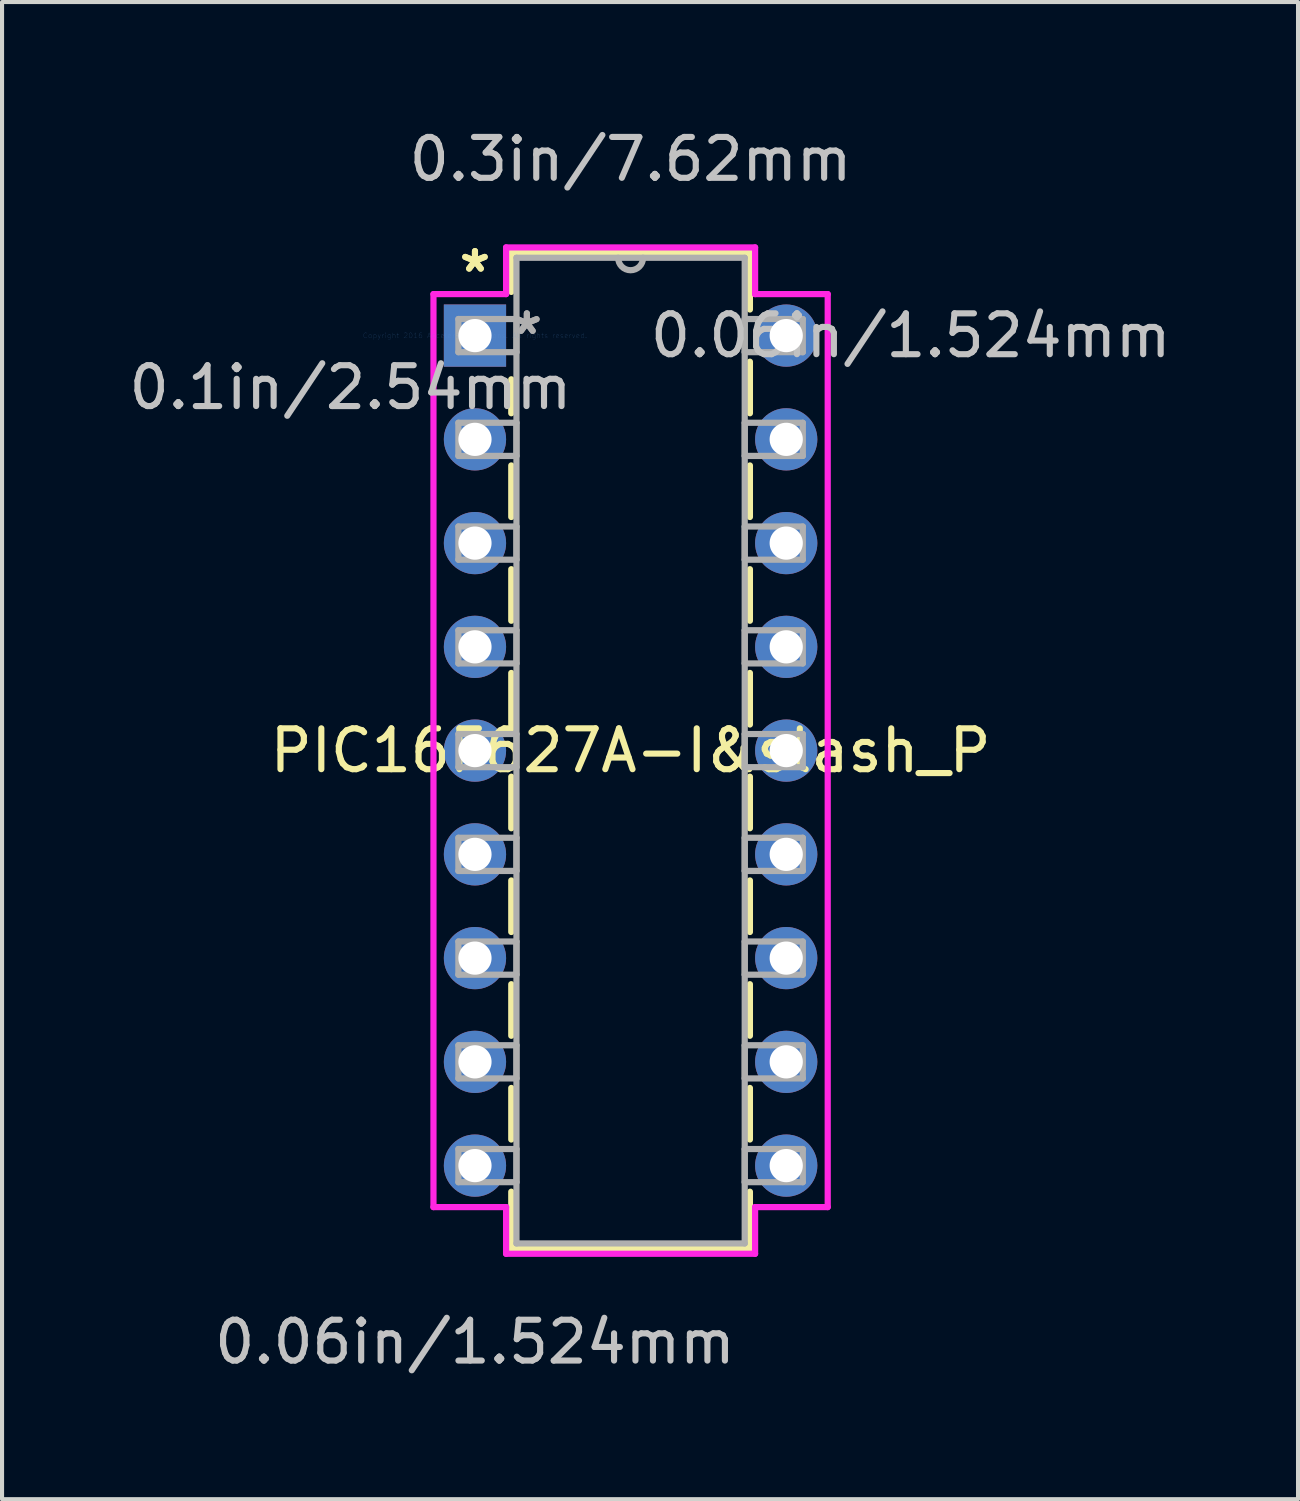
<source format=kicad_pcb>
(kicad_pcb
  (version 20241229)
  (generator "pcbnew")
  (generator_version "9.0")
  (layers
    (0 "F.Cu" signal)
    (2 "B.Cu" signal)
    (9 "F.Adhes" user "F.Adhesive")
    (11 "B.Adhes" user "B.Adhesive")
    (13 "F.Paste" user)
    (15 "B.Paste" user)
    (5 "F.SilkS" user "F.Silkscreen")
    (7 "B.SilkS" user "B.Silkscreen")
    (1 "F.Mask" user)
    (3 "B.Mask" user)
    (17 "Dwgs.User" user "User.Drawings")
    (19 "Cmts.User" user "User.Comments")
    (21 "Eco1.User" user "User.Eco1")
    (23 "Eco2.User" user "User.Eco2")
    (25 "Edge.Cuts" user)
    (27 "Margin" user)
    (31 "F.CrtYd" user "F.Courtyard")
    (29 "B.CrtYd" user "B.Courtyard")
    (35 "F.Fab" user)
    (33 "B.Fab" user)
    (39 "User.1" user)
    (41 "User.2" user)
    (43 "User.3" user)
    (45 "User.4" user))
  (footprint "PIC16F627A-I&slash_P"
    (layer "F.Cu")
    (at 8.578 5.166)
    (property "Reference" "PIC16F627A-I&slash_P" (at 3.81 10.16 0) (layer "F.SilkS") (effects (font (size 1 1) (thickness 0.15))))
    (attr through_hole)
    (fp_line (start 0.889 -2.032) (end 0.889 -1.07) (stroke (width 0.152) (type solid)) (layer "F.SilkS"))
    (fp_line (start 0.889 1.07) (end 0.889 1.901) (stroke (width 0.152) (type solid)) (layer "F.SilkS"))
    (fp_line (start 0.889 3.179) (end 0.889 4.441) (stroke (width 0.152) (type solid)) (layer "F.SilkS"))
    (fp_line (start 0.889 5.719) (end 0.889 6.981) (stroke (width 0.152) (type solid)) (layer "F.SilkS"))
    (fp_line (start 0.889 8.259) (end 0.889 9.521) (stroke (width 0.152) (type solid)) (layer "F.SilkS"))
    (fp_line (start 0.889 10.799) (end 0.889 12.061) (stroke (width 0.152) (type solid)) (layer "F.SilkS"))
    (fp_line (start 0.889 13.339) (end 0.889 14.601) (stroke (width 0.152) (type solid)) (layer "F.SilkS"))
    (fp_line (start 0.889 15.879) (end 0.889 17.141) (stroke (width 0.152) (type solid)) (layer "F.SilkS"))
    (fp_line (start 0.889 18.419) (end 0.889 19.681) (stroke (width 0.152) (type solid)) (layer "F.SilkS"))
    (fp_line (start 0.889 20.959) (end 0.889 22.352) (stroke (width 0.152) (type solid)) (layer "F.SilkS"))
    (fp_line (start 0.889 22.352) (end 6.731 22.352) (stroke (width 0.152) (type solid)) (layer "F.SilkS"))
    (fp_line (start 6.731 -2.032) (end 0.889 -2.032) (stroke (width 0.152) (type solid)) (layer "F.SilkS"))
    (fp_line (start 6.731 -0.639) (end 6.731 -2.032) (stroke (width 0.152) (type solid)) (layer "F.SilkS"))
    (fp_line (start 6.731 1.901) (end 6.731 0.639) (stroke (width 0.152) (type solid)) (layer "F.SilkS"))
    (fp_line (start 6.731 4.441) (end 6.731 3.179) (stroke (width 0.152) (type solid)) (layer "F.SilkS"))
    (fp_line (start 6.731 6.981) (end 6.731 5.719) (stroke (width 0.152) (type solid)) (layer "F.SilkS"))
    (fp_line (start 6.731 9.521) (end 6.731 8.259) (stroke (width 0.152) (type solid)) (layer "F.SilkS"))
    (fp_line (start 6.731 12.061) (end 6.731 10.799) (stroke (width 0.152) (type solid)) (layer "F.SilkS"))
    (fp_line (start 6.731 14.601) (end 6.731 13.339) (stroke (width 0.152) (type solid)) (layer "F.SilkS"))
    (fp_line (start 6.731 17.141) (end 6.731 15.879) (stroke (width 0.152) (type solid)) (layer "F.SilkS"))
    (fp_line (start 6.731 19.681) (end 6.731 18.419) (stroke (width 0.152) (type solid)) (layer "F.SilkS"))
    (fp_line (start 6.731 22.352) (end 6.731 20.959) (stroke (width 0.152) (type solid)) (layer "F.SilkS"))
    (fp_line (start -1.016 -1.016) (end -1.016 21.336) (stroke (width 0.152) (type solid)) (layer "F.CrtYd"))
    (fp_line (start -1.016 21.336) (end 0.762 21.336) (stroke (width 0.152) (type solid)) (layer "F.CrtYd"))
    (fp_line (start 0.762 -2.159) (end 0.762 -1.016) (stroke (width 0.152) (type solid)) (layer "F.CrtYd"))
    (fp_line (start 0.762 -1.016) (end -1.016 -1.016) (stroke (width 0.152) (type solid)) (layer "F.CrtYd"))
    (fp_line (start 0.762 21.336) (end 0.762 22.479) (stroke (width 0.152) (type solid)) (layer "F.CrtYd"))
    (fp_line (start 0.762 22.479) (end 6.858 22.479) (stroke (width 0.152) (type solid)) (layer "F.CrtYd"))
    (fp_line (start 6.858 -2.159) (end 0.762 -2.159) (stroke (width 0.152) (type solid)) (layer "F.CrtYd"))
    (fp_line (start 6.858 -1.016) (end 6.858 -2.159) (stroke (width 0.152) (type solid)) (layer "F.CrtYd"))
    (fp_line (start 6.858 21.336) (end 8.636 21.336) (stroke (width 0.152) (type solid)) (layer "F.CrtYd"))
    (fp_line (start 6.858 22.479) (end 6.858 21.336) (stroke (width 0.152) (type solid)) (layer "F.CrtYd"))
    (fp_line (start 8.636 -1.016) (end 6.858 -1.016) (stroke (width 0.152) (type solid)) (layer "F.CrtYd"))
    (fp_line (start 8.636 21.336) (end 8.636 -1.016) (stroke (width 0.152) (type solid)) (layer "F.CrtYd"))
    (fp_line (start -0.406 -0.406) (end -0.406 0.406) (stroke (width 0.152) (type solid)) (layer "F.Fab"))
    (fp_line (start -0.406 0.406) (end 1.016 0.406) (stroke (width 0.152) (type solid)) (layer "F.Fab"))
    (fp_line (start -0.406 2.134) (end -0.406 2.946) (stroke (width 0.152) (type solid)) (layer "F.Fab"))
    (fp_line (start -0.406 2.946) (end 1.016 2.946) (stroke (width 0.152) (type solid)) (layer "F.Fab"))
    (fp_line (start -0.406 4.674) (end -0.406 5.486) (stroke (width 0.152) (type solid)) (layer "F.Fab"))
    (fp_line (start -0.406 5.486) (end 1.016 5.486) (stroke (width 0.152) (type solid)) (layer "F.Fab"))
    (fp_line (start -0.406 7.214) (end -0.406 8.026) (stroke (width 0.152) (type solid)) (layer "F.Fab"))
    (fp_line (start -0.406 8.026) (end 1.016 8.026) (stroke (width 0.152) (type solid)) (layer "F.Fab"))
    (fp_line (start -0.406 9.754) (end -0.406 10.566) (stroke (width 0.152) (type solid)) (layer "F.Fab"))
    (fp_line (start -0.406 10.566) (end 1.016 10.566) (stroke (width 0.152) (type solid)) (layer "F.Fab"))
    (fp_line (start -0.406 12.294) (end -0.406 13.106) (stroke (width 0.152) (type solid)) (layer "F.Fab"))
    (fp_line (start -0.406 13.106) (end 1.016 13.106) (stroke (width 0.152) (type solid)) (layer "F.Fab"))
    (fp_line (start -0.406 14.834) (end -0.406 15.646) (stroke (width 0.152) (type solid)) (layer "F.Fab"))
    (fp_line (start -0.406 15.646) (end 1.016 15.646) (stroke (width 0.152) (type solid)) (layer "F.Fab"))
    (fp_line (start -0.406 17.374) (end -0.406 18.186) (stroke (width 0.152) (type solid)) (layer "F.Fab"))
    (fp_line (start -0.406 18.186) (end 1.016 18.186) (stroke (width 0.152) (type solid)) (layer "F.Fab"))
    (fp_line (start -0.406 19.914) (end -0.406 20.726) (stroke (width 0.152) (type solid)) (layer "F.Fab"))
    (fp_line (start -0.406 20.726) (end 1.016 20.726) (stroke (width 0.152) (type solid)) (layer "F.Fab"))
    (fp_line (start 1.016 -1.905) (end 1.016 22.225) (stroke (width 0.152) (type solid)) (layer "F.Fab"))
    (fp_line (start 1.016 -0.406) (end -0.406 -0.406) (stroke (width 0.152) (type solid)) (layer "F.Fab"))
    (fp_line (start 1.016 0.406) (end 1.016 -0.406) (stroke (width 0.152) (type solid)) (layer "F.Fab"))
    (fp_line (start 1.016 2.134) (end -0.406 2.134) (stroke (width 0.152) (type solid)) (layer "F.Fab"))
    (fp_line (start 1.016 2.946) (end 1.016 2.134) (stroke (width 0.152) (type solid)) (layer "F.Fab"))
    (fp_line (start 1.016 4.674) (end -0.406 4.674) (stroke (width 0.152) (type solid)) (layer "F.Fab"))
    (fp_line (start 1.016 5.486) (end 1.016 4.674) (stroke (width 0.152) (type solid)) (layer "F.Fab"))
    (fp_line (start 1.016 7.214) (end -0.406 7.214) (stroke (width 0.152) (type solid)) (layer "F.Fab"))
    (fp_line (start 1.016 8.026) (end 1.016 7.214) (stroke (width 0.152) (type solid)) (layer "F.Fab"))
    (fp_line (start 1.016 9.754) (end -0.406 9.754) (stroke (width 0.152) (type solid)) (layer "F.Fab"))
    (fp_line (start 1.016 10.566) (end 1.016 9.754) (stroke (width 0.152) (type solid)) (layer "F.Fab"))
    (fp_line (start 1.016 12.294) (end -0.406 12.294) (stroke (width 0.152) (type solid)) (layer "F.Fab"))
    (fp_line (start 1.016 13.106) (end 1.016 12.294) (stroke (width 0.152) (type solid)) (layer "F.Fab"))
    (fp_line (start 1.016 14.834) (end -0.406 14.834) (stroke (width 0.152) (type solid)) (layer "F.Fab"))
    (fp_line (start 1.016 15.646) (end 1.016 14.834) (stroke (width 0.152) (type solid)) (layer "F.Fab"))
    (fp_line (start 1.016 17.374) (end -0.406 17.374) (stroke (width 0.152) (type solid)) (layer "F.Fab"))
    (fp_line (start 1.016 18.186) (end 1.016 17.374) (stroke (width 0.152) (type solid)) (layer "F.Fab"))
    (fp_line (start 1.016 19.914) (end -0.406 19.914) (stroke (width 0.152) (type solid)) (layer "F.Fab"))
    (fp_line (start 1.016 20.726) (end 1.016 19.914) (stroke (width 0.152) (type solid)) (layer "F.Fab"))
    (fp_line (start 1.016 22.225) (end 6.604 22.225) (stroke (width 0.152) (type solid)) (layer "F.Fab"))
    (fp_line (start 6.604 -1.905) (end 1.016 -1.905) (stroke (width 0.152) (type solid)) (layer "F.Fab"))
    (fp_line (start 6.604 -0.406) (end 6.604 0.406) (stroke (width 0.152) (type solid)) (layer "F.Fab"))
    (fp_line (start 6.604 0.406) (end 8.026 0.406) (stroke (width 0.152) (type solid)) (layer "F.Fab"))
    (fp_line (start 6.604 2.134) (end 6.604 2.946) (stroke (width 0.152) (type solid)) (layer "F.Fab"))
    (fp_line (start 6.604 2.946) (end 8.026 2.946) (stroke (width 0.152) (type solid)) (layer "F.Fab"))
    (fp_line (start 6.604 4.674) (end 6.604 5.486) (stroke (width 0.152) (type solid)) (layer "F.Fab"))
    (fp_line (start 6.604 5.486) (end 8.026 5.486) (stroke (width 0.152) (type solid)) (layer "F.Fab"))
    (fp_line (start 6.604 7.214) (end 6.604 8.026) (stroke (width 0.152) (type solid)) (layer "F.Fab"))
    (fp_line (start 6.604 8.026) (end 8.026 8.026) (stroke (width 0.152) (type solid)) (layer "F.Fab"))
    (fp_line (start 6.604 9.754) (end 6.604 10.566) (stroke (width 0.152) (type solid)) (layer "F.Fab"))
    (fp_line (start 6.604 10.566) (end 8.026 10.566) (stroke (width 0.152) (type solid)) (layer "F.Fab"))
    (fp_line (start 6.604 12.294) (end 6.604 13.106) (stroke (width 0.152) (type solid)) (layer "F.Fab"))
    (fp_line (start 6.604 13.106) (end 8.026 13.106) (stroke (width 0.152) (type solid)) (layer "F.Fab"))
    (fp_line (start 6.604 14.834) (end 6.604 15.646) (stroke (width 0.152) (type solid)) (layer "F.Fab"))
    (fp_line (start 6.604 15.646) (end 8.026 15.646) (stroke (width 0.152) (type solid)) (layer "F.Fab"))
    (fp_line (start 6.604 17.374) (end 6.604 18.186) (stroke (width 0.152) (type solid)) (layer "F.Fab"))
    (fp_line (start 6.604 18.186) (end 8.026 18.186) (stroke (width 0.152) (type solid)) (layer "F.Fab"))
    (fp_line (start 6.604 19.914) (end 6.604 20.726) (stroke (width 0.152) (type solid)) (layer "F.Fab"))
    (fp_line (start 6.604 20.726) (end 8.026 20.726) (stroke (width 0.152) (type solid)) (layer "F.Fab"))
    (fp_line (start 6.604 22.225) (end 6.604 -1.905) (stroke (width 0.152) (type solid)) (layer "F.Fab"))
    (fp_line (start 8.026 -0.406) (end 6.604 -0.406) (stroke (width 0.152) (type solid)) (layer "F.Fab"))
    (fp_line (start 8.026 0.406) (end 8.026 -0.406) (stroke (width 0.152) (type solid)) (layer "F.Fab"))
    (fp_line (start 8.026 2.134) (end 6.604 2.134) (stroke (width 0.152) (type solid)) (layer "F.Fab"))
    (fp_line (start 8.026 2.946) (end 8.026 2.134) (stroke (width 0.152) (type solid)) (layer "F.Fab"))
    (fp_line (start 8.026 4.674) (end 6.604 4.674) (stroke (width 0.152) (type solid)) (layer "F.Fab"))
    (fp_line (start 8.026 5.486) (end 8.026 4.674) (stroke (width 0.152) (type solid)) (layer "F.Fab"))
    (fp_line (start 8.026 7.214) (end 6.604 7.214) (stroke (width 0.152) (type solid)) (layer "F.Fab"))
    (fp_line (start 8.026 8.026) (end 8.026 7.214) (stroke (width 0.152) (type solid)) (layer "F.Fab"))
    (fp_line (start 8.026 9.754) (end 6.604 9.754) (stroke (width 0.152) (type solid)) (layer "F.Fab"))
    (fp_line (start 8.026 10.566) (end 8.026 9.754) (stroke (width 0.152) (type solid)) (layer "F.Fab"))
    (fp_line (start 8.026 12.294) (end 6.604 12.294) (stroke (width 0.152) (type solid)) (layer "F.Fab"))
    (fp_line (start 8.026 13.106) (end 8.026 12.294) (stroke (width 0.152) (type solid)) (layer "F.Fab"))
    (fp_line (start 8.026 14.834) (end 6.604 14.834) (stroke (width 0.152) (type solid)) (layer "F.Fab"))
    (fp_line (start 8.026 15.646) (end 8.026 14.834) (stroke (width 0.152) (type solid)) (layer "F.Fab"))
    (fp_line (start 8.026 17.374) (end 6.604 17.374) (stroke (width 0.152) (type solid)) (layer "F.Fab"))
    (fp_line (start 8.026 18.186) (end 8.026 17.374) (stroke (width 0.152) (type solid)) (layer "F.Fab"))
    (fp_line (start 8.026 19.914) (end 6.604 19.914) (stroke (width 0.152) (type solid)) (layer "F.Fab"))
    (fp_line (start 8.026 20.726) (end 8.026 19.914) (stroke (width 0.152) (type solid)) (layer "F.Fab"))
    (fp_arc (start 4.1148 -1.905) (mid 3.81 -1.6002) (end 3.5052 -1.905) (stroke (width 0.1524) (type solid)) (layer "F.Fab"))
    (fp_text user "*" (at 0 -1.524 0) (layer "F.SilkS") (effects (font (size 1 1) (thickness 0.15))))
    (fp_text user "*" (at 0 -1.524 0) (layer "F.SilkS") (effects (font (size 1 1) (thickness 0.15))))
    (fp_text user "0.1in/2.54mm" (at -3.048 1.27 0) (layer "Dwgs.User") (effects (font (size 1 1) (thickness 0.15))))
    (fp_text user "0.06in/1.524mm" (at 0 24.638 0) (layer "Dwgs.User") (effects (font (size 1 1) (thickness 0.15))))
    (fp_text user "0.3in/7.62mm" (at 3.81 -4.318 0) (layer "Dwgs.User") (effects (font (size 1 1) (thickness 0.15))))
    (fp_text user "0.06in/1.524mm" (at 10.668 0 0) (layer "Dwgs.User") (effects (font (size 1 1) (thickness 0.15))))
    (fp_text user "Copyright 2016 Accelerated Designs. All rights reserved." (at 0 0 0) (layer "Cmts.User") (effects (font (size 0.127 0.127) (thickness 0.002))))
    (fp_text user "*" (at 1.27 0 0) (layer "F.Fab") (effects (font (size 1 1) (thickness 0.15))))
    (fp_text user "*" (at 1.27 0 0) (layer "F.Fab") (effects (font (size 1 1) (thickness 0.15))))
    (pad "1" thru_hole rect (at 0 0) (size 1.524 1.524) (drill 0.813) (layers "*.Cu" "*.Mask"))
    (pad "2" thru_hole circle (at 0 2.54) (size 1.524 1.524) (drill 0.813) (layers "*.Cu" "*.Mask"))
    (pad "3" thru_hole circle (at 0 5.08) (size 1.524 1.524) (drill 0.813) (layers "*.Cu" "*.Mask"))
    (pad "4" thru_hole circle (at 0 7.62) (size 1.524 1.524) (drill 0.813) (layers "*.Cu" "*.Mask"))
    (pad "5" thru_hole circle (at 0 10.16) (size 1.524 1.524) (drill 0.813) (layers "*.Cu" "*.Mask"))
    (pad "6" thru_hole circle (at 0 12.7) (size 1.524 1.524) (drill 0.813) (layers "*.Cu" "*.Mask"))
    (pad "7" thru_hole circle (at 0 15.24) (size 1.524 1.524) (drill 0.813) (layers "*.Cu" "*.Mask"))
    (pad "8" thru_hole circle (at 0 17.78) (size 1.524 1.524) (drill 0.813) (layers "*.Cu" "*.Mask"))
    (pad "9" thru_hole circle (at 0 20.32) (size 1.524 1.524) (drill 0.813) (layers "*.Cu" "*.Mask"))
    (pad "10" thru_hole circle (at 7.62 20.32) (size 1.524 1.524) (drill 0.813) (layers "*.Cu" "*.Mask"))
    (pad "11" thru_hole circle (at 7.62 17.78) (size 1.524 1.524) (drill 0.813) (layers "*.Cu" "*.Mask"))
    (pad "12" thru_hole circle (at 7.62 15.24) (size 1.524 1.524) (drill 0.813) (layers "*.Cu" "*.Mask"))
    (pad "13" thru_hole circle (at 7.62 12.7) (size 1.524 1.524) (drill 0.813) (layers "*.Cu" "*.Mask"))
    (pad "14" thru_hole circle (at 7.62 10.16) (size 1.524 1.524) (drill 0.813) (layers "*.Cu" "*.Mask"))
    (pad "15" thru_hole circle (at 7.62 7.62) (size 1.524 1.524) (drill 0.813) (layers "*.Cu" "*.Mask"))
    (pad "16" thru_hole circle (at 7.62 5.08) (size 1.524 1.524) (drill 0.813) (layers "*.Cu" "*.Mask"))
    (pad "17" thru_hole circle (at 7.62 2.54) (size 1.524 1.524) (drill 0.813) (layers "*.Cu" "*.Mask"))
    (pad "18" thru_hole circle (at 7.62 0) (size 1.524 1.524) (drill 0.813) (layers "*.Cu" "*.Mask")))
  (gr_rect
    (start -3 -3)
    (end 28.728 33.653)
    (stroke (width 0.1) (type default))
    (fill no)
    (layer "Edge.Cuts")))
</source>
